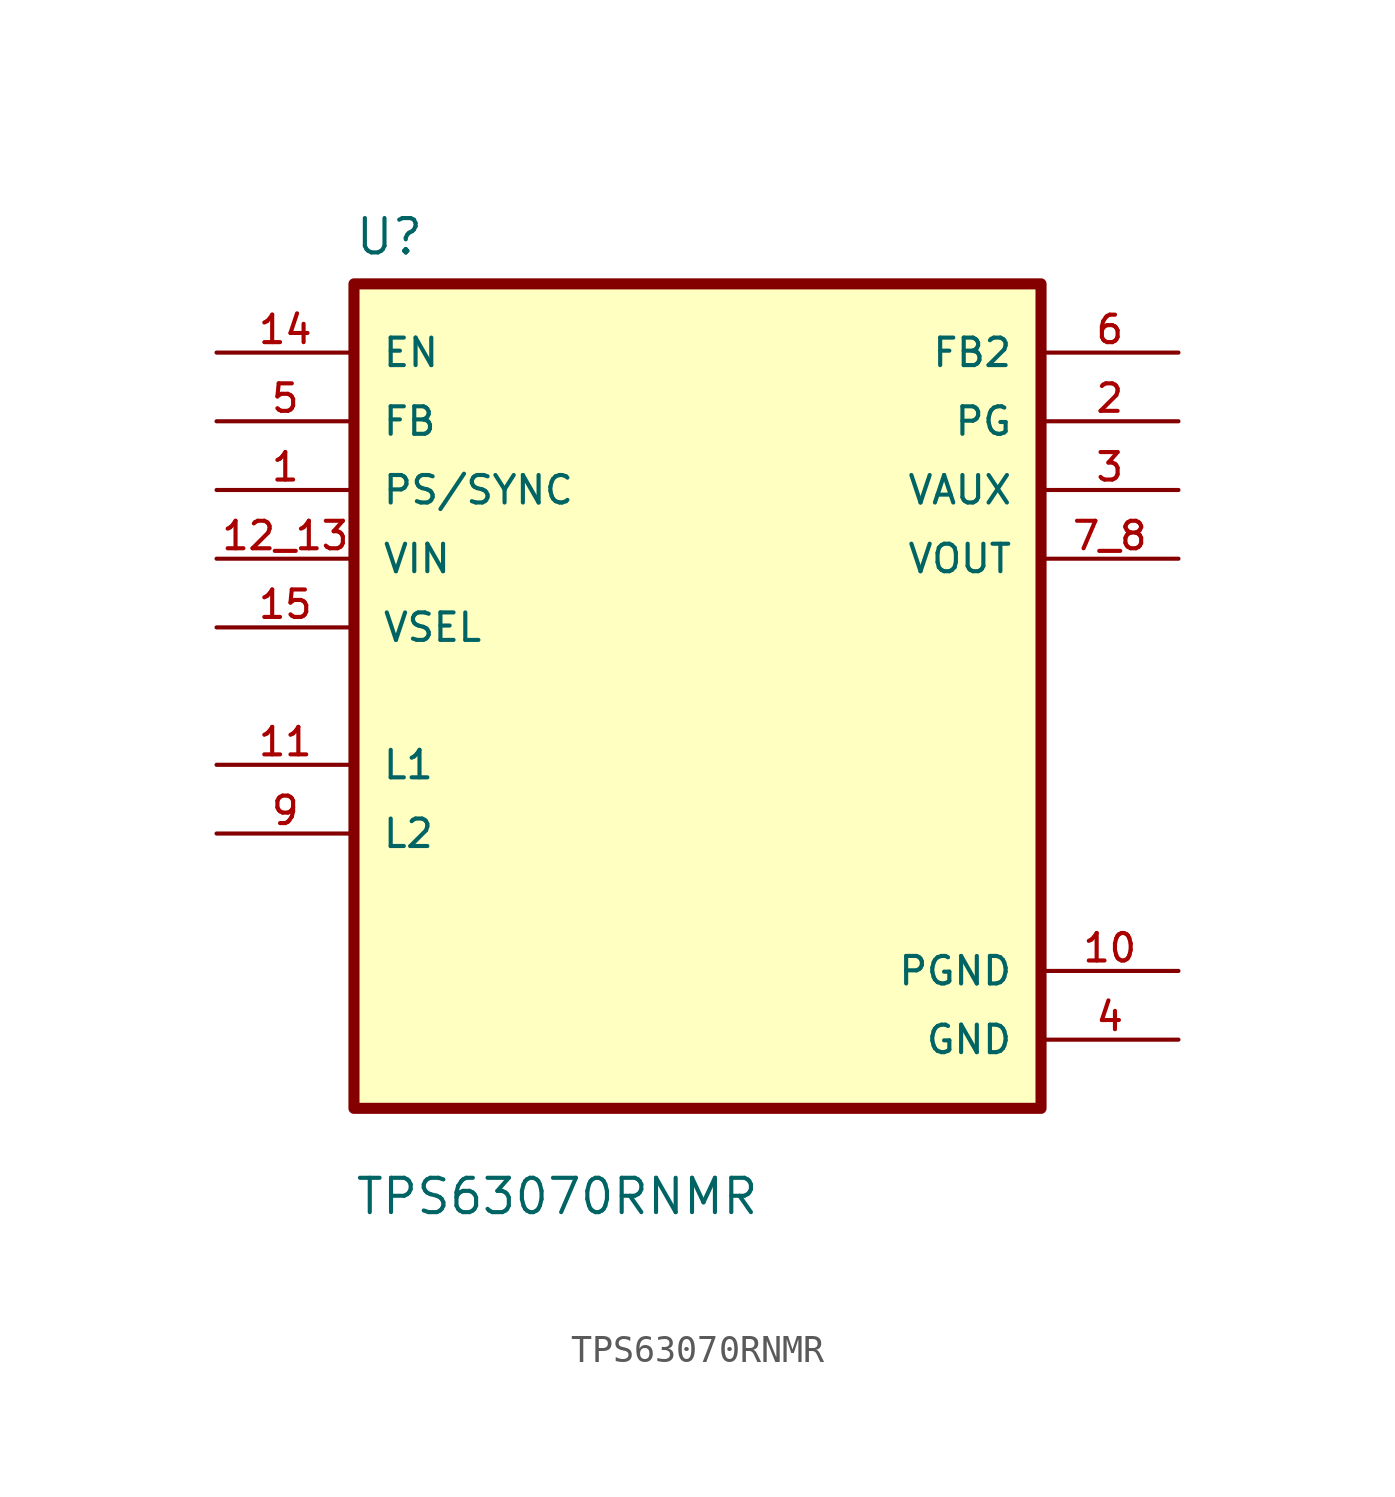
<source format=kicad_sym>
(kicad_symbol_lib
  (version 20211014)
  (generator kicad_symbol_editor)
  (symbol "TPS63070RNMR"
    (pin_names
      (offset 1.016))
    (property "Reference" "U"
      (at -12.7 16.24 0.0)
      (effects (font (size 1.27 1.27)) (justify bottom left)))
    (property "Value" "TPS63070RNMR"
      (at -12.7 -19.24 0.0)
      (effects (font (size 1.27 1.27)) (justify bottom left)))
    (symbol "TPS63070RNMR_0_0"
      (rectangle (start -12.7 -15.24) (end 12.7 15.24) (stroke (width 0.41)) (fill (type background)))
      (pin input line (at -17.78 12.7 0) (length 5.08) (name "EN" (effects (font (size 1.016 1.016)))) (number "14" (effects (font (size 1.016 1.016)))))
      (pin input line (at -17.78 10.16 0) (length 5.08) (name "FB" (effects (font (size 1.016 1.016)))) (number "5" (effects (font (size 1.016 1.016)))))
      (pin input line (at -17.78 7.62 0) (length 5.08) (name "PS/SYNC" (effects (font (size 1.016 1.016)))) (number "1" (effects (font (size 1.016 1.016)))))
      (pin input line (at -17.78 5.08 0) (length 5.08) (name "VIN" (effects (font (size 1.016 1.016)))) (number "12_13" (effects (font (size 1.016 1.016)))))
      (pin input line (at -17.78 2.54 0) (length 5.08) (name "VSEL" (effects (font (size 1.016 1.016)))) (number "15" (effects (font (size 1.016 1.016)))))
      (pin bidirectional line (at -17.78 -2.54 0) (length 5.08) (name "L1" (effects (font (size 1.016 1.016)))) (number "11" (effects (font (size 1.016 1.016)))))
      (pin bidirectional line (at -17.78 -5.08 0) (length 5.08) (name "L2" (effects (font (size 1.016 1.016)))) (number "9" (effects (font (size 1.016 1.016)))))
      (pin output line (at 17.78 12.7 180.0) (length 5.08) (name "FB2" (effects (font (size 1.016 1.016)))) (number "6" (effects (font (size 1.016 1.016)))))
      (pin output line (at 17.78 10.16 180.0) (length 5.08) (name "PG" (effects (font (size 1.016 1.016)))) (number "2" (effects (font (size 1.016 1.016)))))
      (pin output line (at 17.78 7.62 180.0) (length 5.08) (name "VAUX" (effects (font (size 1.016 1.016)))) (number "3" (effects (font (size 1.016 1.016)))))
      (pin output line (at 17.78 5.08 180.0) (length 5.08) (name "VOUT" (effects (font (size 1.016 1.016)))) (number "7_8" (effects (font (size 1.016 1.016)))))
      (pin power_in line (at 17.78 -10.16 180.0) (length 5.08) (name "PGND" (effects (font (size 1.016 1.016)))) (number "10" (effects (font (size 1.016 1.016)))))
      (pin power_in line (at 17.78 -12.7 180.0) (length 5.08) (name "GND" (effects (font (size 1.016 1.016)))) (number "4" (effects (font (size 1.016 1.016))))))))
</source>
